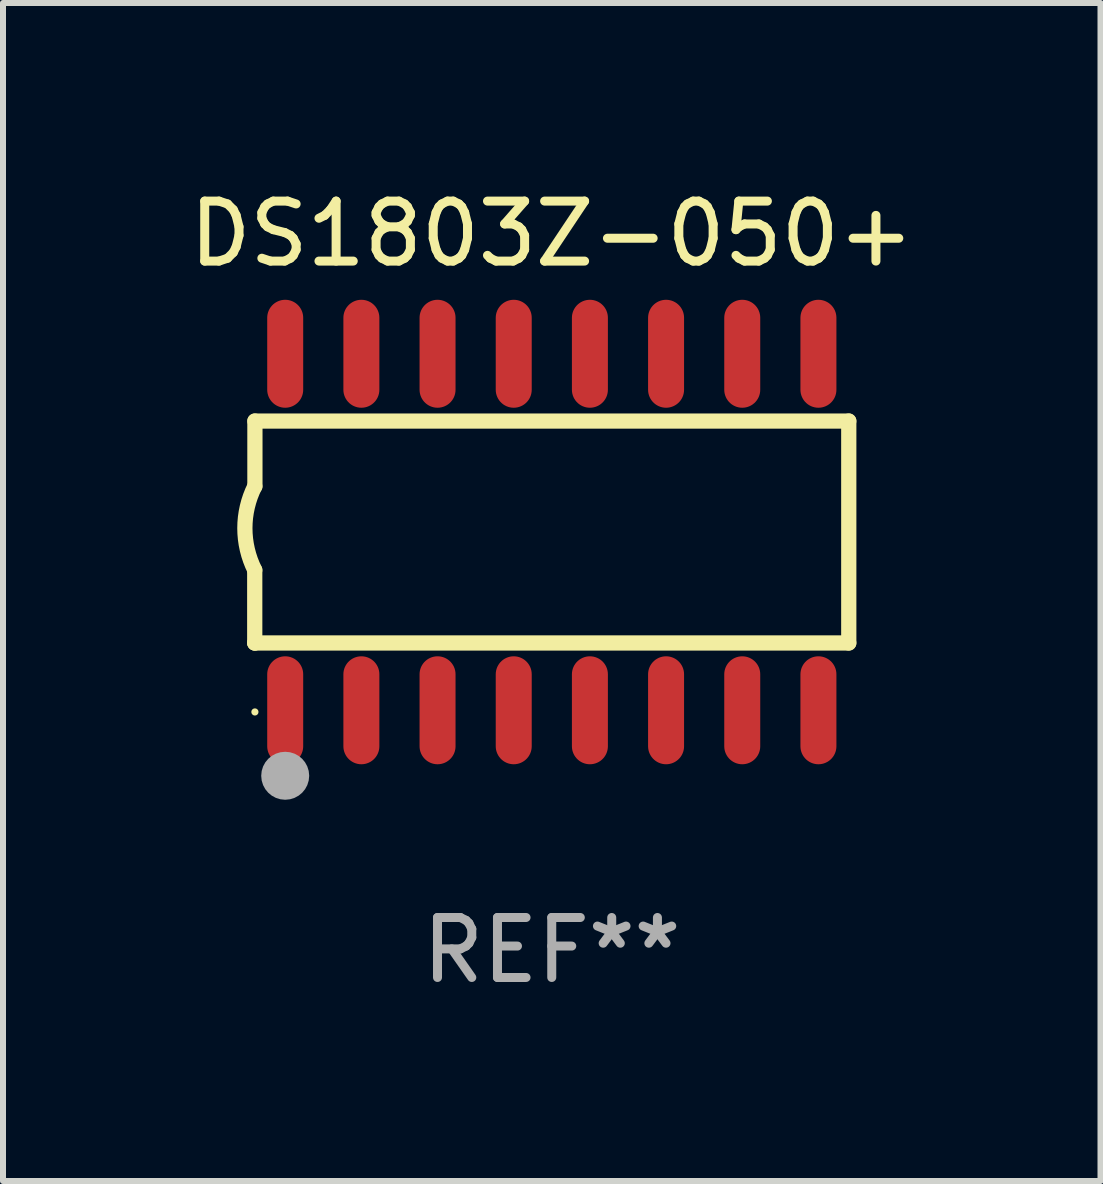
<source format=kicad_pcb>
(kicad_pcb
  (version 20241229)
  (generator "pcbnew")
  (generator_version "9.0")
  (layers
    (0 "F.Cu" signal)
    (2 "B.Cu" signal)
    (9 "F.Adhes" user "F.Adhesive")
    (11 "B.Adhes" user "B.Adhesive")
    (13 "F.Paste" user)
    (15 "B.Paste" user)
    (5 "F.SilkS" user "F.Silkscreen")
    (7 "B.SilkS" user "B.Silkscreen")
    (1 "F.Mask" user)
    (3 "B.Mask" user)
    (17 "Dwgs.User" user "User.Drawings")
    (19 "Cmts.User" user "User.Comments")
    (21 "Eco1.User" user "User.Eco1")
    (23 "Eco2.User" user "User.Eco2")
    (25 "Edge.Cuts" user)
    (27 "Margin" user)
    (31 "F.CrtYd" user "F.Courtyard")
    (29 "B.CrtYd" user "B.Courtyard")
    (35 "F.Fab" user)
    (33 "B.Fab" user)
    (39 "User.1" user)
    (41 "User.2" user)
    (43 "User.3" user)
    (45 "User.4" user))
  (footprint "DS1803Z-050+"
    (layer "F.Cu")
    (at 6.149 5.82)
    (property "Reference" "DS1803Z-050+" (at 0 -4.972 0) (layer "F.SilkS") (effects (font (size 1 1) (thickness 0.15))))
    (attr through_hole)
    (fp_line (start -4.952 0.635) (end -4.952 1.85) (stroke (width 0.254) (type solid)) (layer "F.SilkS"))
    (fp_line (start -4.952 1.85) (end -4.949 1.85) (stroke (width 0.254) (type solid)) (layer "F.SilkS"))
    (fp_line (start -4.949 -1.85) (end -4.949 -0.762) (stroke (width 0.254) (type solid)) (layer "F.SilkS"))
    (fp_line (start -4.949 1.85) (end 4.952 1.85) (stroke (width 0.254) (type solid)) (layer "F.SilkS"))
    (fp_line (start 4.952 -1.85) (end -4.949 -1.85) (stroke (width 0.254) (type solid)) (layer "F.SilkS"))
    (fp_line (start 4.952 1.85) (end 4.952 -1.85) (stroke (width 0.254) (type solid)) (layer "F.SilkS"))
    (fp_arc (start -4.951524 0.635001) (mid -5.116418 -0.0635) (end -4.951524 -0.762002) (stroke (width 0.254001) (type solid)) (layer "F.SilkS"))
    (fp_circle (center -4.949 3) (end -4.919 3) (stroke (width 0.06) (type solid)) (fill no) (layer "F.SilkS"))
    (fp_circle (center -4.444 4.064) (end -4.244 4.064) (stroke (width 0.4) (type solid)) (fill no) (layer "F.Fab"))
    (fp_text user "REF**" (at 0 6.972 0) (layer "F.Fab") (effects (font (size 1 1) (thickness 0.15))))
    (pad "1" smd oval (at -4.444 2.972 180) (size 0.6 1.8) (layers "F.Cu" "F.Mask" "F.Paste"))
    (pad "2" smd oval (at -3.174 2.972 180) (size 0.6 1.8) (layers "F.Cu" "F.Mask" "F.Paste"))
    (pad "3" smd oval (at -1.904 2.972 180) (size 0.6 1.8) (layers "F.Cu" "F.Mask" "F.Paste"))
    (pad "4" smd oval (at -0.634 2.972 180) (size 0.6 1.8) (layers "F.Cu" "F.Mask" "F.Paste"))
    (pad "5" smd oval (at 0.636 2.972 180) (size 0.6 1.8) (layers "F.Cu" "F.Mask" "F.Paste"))
    (pad "6" smd oval (at 1.906 2.972 180) (size 0.6 1.8) (layers "F.Cu" "F.Mask" "F.Paste"))
    (pad "7" smd oval (at 3.176 2.972 180) (size 0.6 1.8) (layers "F.Cu" "F.Mask" "F.Paste"))
    (pad "8" smd oval (at 4.446 2.972 180) (size 0.6 1.8) (layers "F.Cu" "F.Mask" "F.Paste"))
    (pad "9" smd oval (at 4.446 -2.972 180) (size 0.6 1.8) (layers "F.Cu" "F.Mask" "F.Paste"))
    (pad "10" smd oval (at 3.176 -2.972 180) (size 0.6 1.8) (layers "F.Cu" "F.Mask" "F.Paste"))
    (pad "11" smd oval (at 1.906 -2.972 180) (size 0.6 1.8) (layers "F.Cu" "F.Mask" "F.Paste"))
    (pad "12" smd oval (at 0.636 -2.972 180) (size 0.6 1.8) (layers "F.Cu" "F.Mask" "F.Paste"))
    (pad "13" smd oval (at -0.634 -2.972 180) (size 0.6 1.8) (layers "F.Cu" "F.Mask" "F.Paste"))
    (pad "14" smd oval (at -1.904 -2.972 180) (size 0.6 1.8) (layers "F.Cu" "F.Mask" "F.Paste"))
    (pad "15" smd oval (at -3.174 -2.972 180) (size 0.6 1.8) (layers "F.Cu" "F.Mask" "F.Paste"))
    (pad "16" smd oval (at -4.444 -2.972 180) (size 0.6 1.8) (layers "F.Cu" "F.Mask" "F.Paste")))
  (gr_rect
    (start -3 -3)
    (end 15.298 16.64)
    (stroke (width 0.1) (type default))
    (fill no)
    (layer "Edge.Cuts")))
</source>
